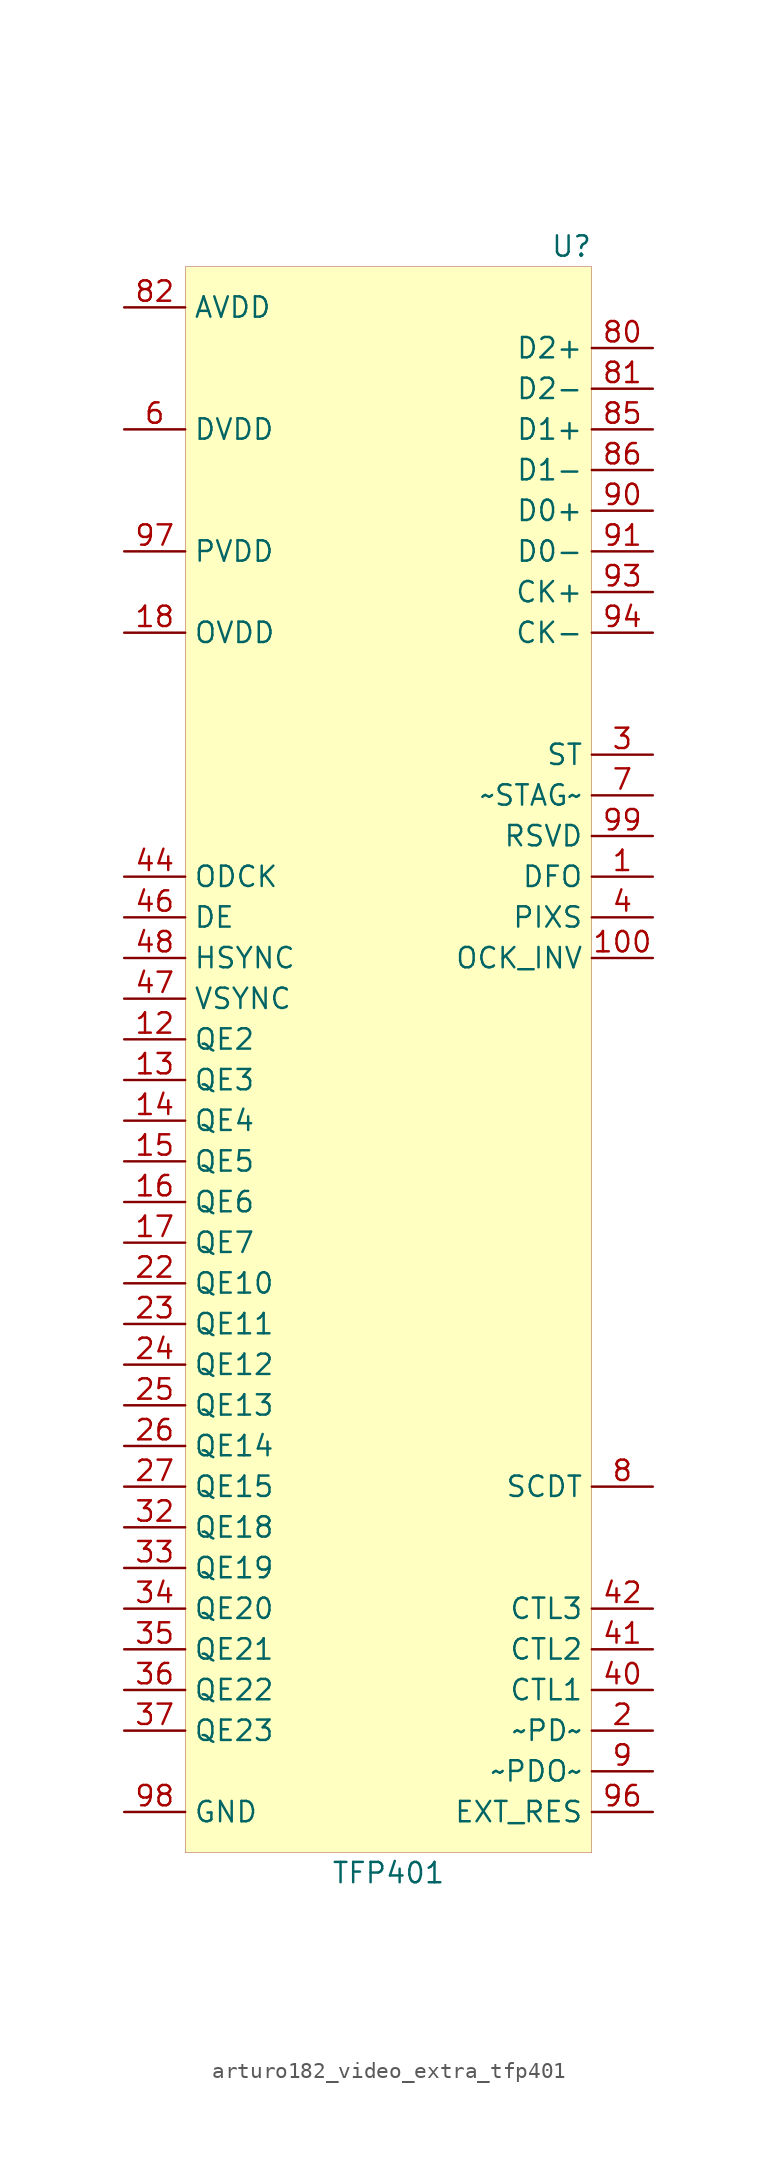
<source format=kicad_sym>
(kicad_symbol_lib
  (version 20220914)
  (generator kicad_symbol_editor)
  (symbol "arturo182_video_extra_tfp401"
    (property "Reference" "U"
      (at 11.43 57.15 0)
      (effects (font (size 1.27 1.27))))
    (property "Value" "TFP401"
      (at 0 -44.45 0)
      (effects (font (size 1.27 1.27))))
    (symbol "arturo182_video_extra_tfp401_0_0"
      (pin input line (at 16.51 17.78 180) (length 3.81) (name "DFO" (effects (font (size 1.27 1.27)))) (number "1" (effects (font (size 1.27 1.27)))))
      (pin no_connect line (at -2.54 -26.67 0) (length 3.81) hide (name "QE0" (effects (font (size 1.27 1.27)))) (number "10" (effects (font (size 1.27 1.27)))))
      (pin input line (at 16.51 12.7 180) (length 3.81) (name "OCK_INV" (effects (font (size 1.27 1.27)))) (number "100" (effects (font (size 1.27 1.27)))))
      (pin passive line (at -16.51 -40.64 0) (length 3.81) hide (name "GND" (effects (font (size 1.27 1.27)))) (number "101" (effects (font (size 1.27 1.27)))))
      (pin no_connect line (at -2.54 -29.21 0) (length 3.81) hide (name "QE1" (effects (font (size 1.27 1.27)))) (number "11" (effects (font (size 1.27 1.27)))))
      (pin output line (at -16.51 7.62 0) (length 3.81) (name "QE2" (effects (font (size 1.27 1.27)))) (number "12" (effects (font (size 1.27 1.27)))))
      (pin output line (at -16.51 5.08 0) (length 3.81) (name "QE3" (effects (font (size 1.27 1.27)))) (number "13" (effects (font (size 1.27 1.27)))))
      (pin output line (at -16.51 2.54 0) (length 3.81) (name "QE4" (effects (font (size 1.27 1.27)))) (number "14" (effects (font (size 1.27 1.27)))))
      (pin output line (at -16.51 0 0) (length 3.81) (name "QE5" (effects (font (size 1.27 1.27)))) (number "15" (effects (font (size 1.27 1.27)))))
      (pin output line (at -16.51 -2.54 0) (length 3.81) (name "QE6" (effects (font (size 1.27 1.27)))) (number "16" (effects (font (size 1.27 1.27)))))
      (pin output line (at -16.51 -5.08 0) (length 3.81) (name "QE7" (effects (font (size 1.27 1.27)))) (number "17" (effects (font (size 1.27 1.27)))))
      (pin input line (at -16.51 33.02 0) (length 3.81) (name "OVDD" (effects (font (size 1.27 1.27)))) (number "18" (effects (font (size 1.27 1.27)))))
      (pin passive line (at -16.51 -40.64 0) (length 3.81) hide (name "GND" (effects (font (size 1.27 1.27)))) (number "19" (effects (font (size 1.27 1.27)))))
      (pin input line (at 16.51 -35.56 180) (length 3.81) (name "~PD~" (effects (font (size 1.27 1.27)))) (number "2" (effects (font (size 1.27 1.27)))))
      (pin no_connect line (at -2.54 -31.75 0) (length 3.81) hide (name "QE8" (effects (font (size 1.27 1.27)))) (number "20" (effects (font (size 1.27 1.27)))))
      (pin no_connect line (at -2.54 -34.29 0) (length 3.81) hide (name "QE9" (effects (font (size 1.27 1.27)))) (number "21" (effects (font (size 1.27 1.27)))))
      (pin output line (at -16.51 -7.62 0) (length 3.81) (name "QE10" (effects (font (size 1.27 1.27)))) (number "22" (effects (font (size 1.27 1.27)))))
      (pin output line (at -16.51 -10.16 0) (length 3.81) (name "QE11" (effects (font (size 1.27 1.27)))) (number "23" (effects (font (size 1.27 1.27)))))
      (pin output line (at -16.51 -12.7 0) (length 3.81) (name "QE12" (effects (font (size 1.27 1.27)))) (number "24" (effects (font (size 1.27 1.27)))))
      (pin output line (at -16.51 -15.24 0) (length 3.81) (name "QE13" (effects (font (size 1.27 1.27)))) (number "25" (effects (font (size 1.27 1.27)))))
      (pin output line (at -16.51 -17.78 0) (length 3.81) (name "QE14" (effects (font (size 1.27 1.27)))) (number "26" (effects (font (size 1.27 1.27)))))
      (pin output line (at -16.51 -20.32 0) (length 3.81) (name "QE15" (effects (font (size 1.27 1.27)))) (number "27" (effects (font (size 1.27 1.27)))))
      (pin passive line (at -16.51 -40.64 0) (length 3.81) hide (name "GND" (effects (font (size 1.27 1.27)))) (number "28" (effects (font (size 1.27 1.27)))))
      (pin passive line (at -16.51 33.02 0) (length 3.81) hide (name "OVDD" (effects (font (size 1.27 1.27)))) (number "29" (effects (font (size 1.27 1.27)))))
      (pin input line (at 16.51 25.4 180) (length 3.81) (name "ST" (effects (font (size 1.27 1.27)))) (number "3" (effects (font (size 1.27 1.27)))))
      (pin no_connect line (at -2.54 -36.83 0) (length 3.81) hide (name "QE16" (effects (font (size 1.27 1.27)))) (number "30" (effects (font (size 1.27 1.27)))))
      (pin no_connect line (at -2.54 -39.37 0) (length 3.81) hide (name "QE17" (effects (font (size 1.27 1.27)))) (number "31" (effects (font (size 1.27 1.27)))))
      (pin output line (at -16.51 -22.86 0) (length 3.81) (name "QE18" (effects (font (size 1.27 1.27)))) (number "32" (effects (font (size 1.27 1.27)))))
      (pin output line (at -16.51 -25.4 0) (length 3.81) (name "QE19" (effects (font (size 1.27 1.27)))) (number "33" (effects (font (size 1.27 1.27)))))
      (pin output line (at -16.51 -27.94 0) (length 3.81) (name "QE20" (effects (font (size 1.27 1.27)))) (number "34" (effects (font (size 1.27 1.27)))))
      (pin output line (at -16.51 -30.48 0) (length 3.81) (name "QE21" (effects (font (size 1.27 1.27)))) (number "35" (effects (font (size 1.27 1.27)))))
      (pin output line (at -16.51 -33.02 0) (length 3.81) (name "QE22" (effects (font (size 1.27 1.27)))) (number "36" (effects (font (size 1.27 1.27)))))
      (pin output line (at -16.51 -35.56 0) (length 3.81) (name "QE23" (effects (font (size 1.27 1.27)))) (number "37" (effects (font (size 1.27 1.27)))))
      (pin passive line (at -16.51 45.72 0) (length 3.81) hide (name "DVDD" (effects (font (size 1.27 1.27)))) (number "38" (effects (font (size 1.27 1.27)))))
      (pin passive line (at -16.51 -40.64 0) (length 3.81) hide (name "GND" (effects (font (size 1.27 1.27)))) (number "39" (effects (font (size 1.27 1.27)))))
      (pin input line (at 16.51 15.24 180) (length 3.81) (name "PIXS" (effects (font (size 1.27 1.27)))) (number "4" (effects (font (size 1.27 1.27)))))
      (pin output line (at 16.51 -33.02 180) (length 3.81) (name "CTL1" (effects (font (size 1.27 1.27)))) (number "40" (effects (font (size 1.27 1.27)))))
      (pin output line (at 16.51 -30.48 180) (length 3.81) (name "CTL2" (effects (font (size 1.27 1.27)))) (number "41" (effects (font (size 1.27 1.27)))))
      (pin output line (at 16.51 -27.94 180) (length 3.81) (name "CTL3" (effects (font (size 1.27 1.27)))) (number "42" (effects (font (size 1.27 1.27)))))
      (pin passive line (at -16.51 33.02 0) (length 3.81) hide (name "OVDD" (effects (font (size 1.27 1.27)))) (number "43" (effects (font (size 1.27 1.27)))))
      (pin output line (at -16.51 17.78 0) (length 3.81) (name "ODCK" (effects (font (size 1.27 1.27)))) (number "44" (effects (font (size 1.27 1.27)))))
      (pin passive line (at -16.51 -40.64 0) (length 3.81) hide (name "GND" (effects (font (size 1.27 1.27)))) (number "45" (effects (font (size 1.27 1.27)))))
      (pin output line (at -16.51 15.24 0) (length 3.81) (name "DE" (effects (font (size 1.27 1.27)))) (number "46" (effects (font (size 1.27 1.27)))))
      (pin output line (at -16.51 10.16 0) (length 3.81) (name "VSYNC" (effects (font (size 1.27 1.27)))) (number "47" (effects (font (size 1.27 1.27)))))
      (pin output line (at -16.51 12.7 0) (length 3.81) (name "HSYNC" (effects (font (size 1.27 1.27)))) (number "48" (effects (font (size 1.27 1.27)))))
      (pin no_connect line (at -2.54 34.29 0) (length 3.81) hide (name "QO0" (effects (font (size 1.27 1.27)))) (number "49" (effects (font (size 1.27 1.27)))))
      (pin passive line (at -16.51 -40.64 0) (length 3.81) hide (name "GND" (effects (font (size 1.27 1.27)))) (number "5" (effects (font (size 1.27 1.27)))))
      (pin no_connect line (at -2.54 31.75 0) (length 3.81) hide (name "QO1" (effects (font (size 1.27 1.27)))) (number "50" (effects (font (size 1.27 1.27)))))
      (pin no_connect line (at -2.54 29.21 0) (length 3.81) hide (name "QO2" (effects (font (size 1.27 1.27)))) (number "51" (effects (font (size 1.27 1.27)))))
      (pin no_connect line (at -2.54 26.67 0) (length 3.81) hide (name "QO3" (effects (font (size 1.27 1.27)))) (number "52" (effects (font (size 1.27 1.27)))))
      (pin no_connect line (at -2.54 24.13 0) (length 3.81) hide (name "QO4" (effects (font (size 1.27 1.27)))) (number "53" (effects (font (size 1.27 1.27)))))
      (pin no_connect line (at -2.54 21.59 0) (length 3.81) hide (name "QO5" (effects (font (size 1.27 1.27)))) (number "54" (effects (font (size 1.27 1.27)))))
      (pin no_connect line (at -2.54 19.05 0) (length 3.81) hide (name "QO6" (effects (font (size 1.27 1.27)))) (number "55" (effects (font (size 1.27 1.27)))))
      (pin no_connect line (at -2.54 16.51 0) (length 3.81) hide (name "QO7" (effects (font (size 1.27 1.27)))) (number "56" (effects (font (size 1.27 1.27)))))
      (pin passive line (at -16.51 33.02 0) (length 3.81) hide (name "OVDD" (effects (font (size 1.27 1.27)))) (number "57" (effects (font (size 1.27 1.27)))))
      (pin passive line (at -16.51 -40.64 0) (length 3.81) hide (name "GND" (effects (font (size 1.27 1.27)))) (number "58" (effects (font (size 1.27 1.27)))))
      (pin no_connect line (at -2.54 13.97 0) (length 3.81) hide (name "QO8" (effects (font (size 1.27 1.27)))) (number "59" (effects (font (size 1.27 1.27)))))
      (pin input line (at -16.51 45.72 0) (length 3.81) (name "DVDD" (effects (font (size 1.27 1.27)))) (number "6" (effects (font (size 1.27 1.27)))))
      (pin no_connect line (at -2.54 11.43 0) (length 3.81) hide (name "QO9" (effects (font (size 1.27 1.27)))) (number "60" (effects (font (size 1.27 1.27)))))
      (pin no_connect line (at -2.54 8.89 0) (length 3.81) hide (name "QO10" (effects (font (size 1.27 1.27)))) (number "61" (effects (font (size 1.27 1.27)))))
      (pin no_connect line (at -2.54 6.35 0) (length 3.81) hide (name "QO11" (effects (font (size 1.27 1.27)))) (number "62" (effects (font (size 1.27 1.27)))))
      (pin no_connect line (at -2.54 3.81 0) (length 3.81) hide (name "QO12" (effects (font (size 1.27 1.27)))) (number "63" (effects (font (size 1.27 1.27)))))
      (pin no_connect line (at -2.54 1.27 0) (length 3.81) hide (name "QO13" (effects (font (size 1.27 1.27)))) (number "64" (effects (font (size 1.27 1.27)))))
      (pin no_connect line (at -2.54 -1.27 0) (length 3.81) hide (name "QO14" (effects (font (size 1.27 1.27)))) (number "65" (effects (font (size 1.27 1.27)))))
      (pin no_connect line (at -2.54 -3.81 0) (length 3.81) hide (name "QO15" (effects (font (size 1.27 1.27)))) (number "66" (effects (font (size 1.27 1.27)))))
      (pin passive line (at -16.51 45.72 0) (length 3.81) hide (name "DVDD" (effects (font (size 1.27 1.27)))) (number "67" (effects (font (size 1.27 1.27)))))
      (pin passive line (at -16.51 -40.64 0) (length 3.81) hide (name "GND" (effects (font (size 1.27 1.27)))) (number "68" (effects (font (size 1.27 1.27)))))
      (pin no_connect line (at -2.54 -6.35 0) (length 3.81) hide (name "QO16" (effects (font (size 1.27 1.27)))) (number "69" (effects (font (size 1.27 1.27)))))
      (pin input line (at 16.51 22.86 180) (length 3.81) (name "~STAG~" (effects (font (size 1.27 1.27)))) (number "7" (effects (font (size 1.27 1.27)))))
      (pin no_connect line (at -2.54 -8.89 0) (length 3.81) hide (name "QO17" (effects (font (size 1.27 1.27)))) (number "70" (effects (font (size 1.27 1.27)))))
      (pin no_connect line (at -2.54 -11.43 0) (length 3.81) hide (name "QO18" (effects (font (size 1.27 1.27)))) (number "71" (effects (font (size 1.27 1.27)))))
      (pin no_connect line (at -2.54 -13.97 0) (length 3.81) hide (name "QO19" (effects (font (size 1.27 1.27)))) (number "72" (effects (font (size 1.27 1.27)))))
      (pin no_connect line (at -2.54 -16.51 0) (length 3.81) hide (name "QO20" (effects (font (size 1.27 1.27)))) (number "73" (effects (font (size 1.27 1.27)))))
      (pin no_connect line (at -2.54 -19.05 0) (length 3.81) hide (name "QO21" (effects (font (size 1.27 1.27)))) (number "74" (effects (font (size 1.27 1.27)))))
      (pin no_connect line (at -2.54 -21.59 0) (length 3.81) hide (name "QO22" (effects (font (size 1.27 1.27)))) (number "75" (effects (font (size 1.27 1.27)))))
      (pin passive line (at -16.51 -40.64 0) (length 3.81) hide (name "GND" (effects (font (size 1.27 1.27)))) (number "76" (effects (font (size 1.27 1.27)))))
      (pin no_connect line (at -2.54 -24.13 0) (length 3.81) hide (name "QO23" (effects (font (size 1.27 1.27)))) (number "77" (effects (font (size 1.27 1.27)))))
      (pin passive line (at -16.51 33.02 0) (length 3.81) hide (name "OVDD" (effects (font (size 1.27 1.27)))) (number "78" (effects (font (size 1.27 1.27)))))
      (pin passive line (at -16.51 -40.64 0) (length 3.81) hide (name "GND" (effects (font (size 1.27 1.27)))) (number "79" (effects (font (size 1.27 1.27)))))
      (pin output line (at 16.51 -20.32 180) (length 3.81) (name "SCDT" (effects (font (size 1.27 1.27)))) (number "8" (effects (font (size 1.27 1.27)))))
      (pin bidirectional line (at 16.51 50.8 180) (length 3.81) (name "D2+" (effects (font (size 1.27 1.27)))) (number "80" (effects (font (size 1.27 1.27)))))
      (pin bidirectional line (at 16.51 48.26 180) (length 3.81) (name "D2-" (effects (font (size 1.27 1.27)))) (number "81" (effects (font (size 1.27 1.27)))))
      (pin input line (at -16.51 53.34 0) (length 3.81) (name "AVDD" (effects (font (size 1.27 1.27)))) (number "82" (effects (font (size 1.27 1.27)))))
      (pin passive line (at -16.51 -40.64 0) (length 3.81) hide (name "GND" (effects (font (size 1.27 1.27)))) (number "83" (effects (font (size 1.27 1.27)))))
      (pin passive line (at -16.51 53.34 0) (length 3.81) hide (name "AVDD" (effects (font (size 1.27 1.27)))) (number "84" (effects (font (size 1.27 1.27)))))
      (pin bidirectional line (at 16.51 45.72 180) (length 3.81) (name "D1+" (effects (font (size 1.27 1.27)))) (number "85" (effects (font (size 1.27 1.27)))))
      (pin bidirectional line (at 16.51 43.18 180) (length 3.81) (name "D1-" (effects (font (size 1.27 1.27)))) (number "86" (effects (font (size 1.27 1.27)))))
      (pin passive line (at -16.51 -40.64 0) (length 3.81) hide (name "GND" (effects (font (size 1.27 1.27)))) (number "87" (effects (font (size 1.27 1.27)))))
      (pin passive line (at -16.51 53.34 0) (length 3.81) hide (name "AVDD" (effects (font (size 1.27 1.27)))) (number "88" (effects (font (size 1.27 1.27)))))
      (pin passive line (at -16.51 -40.64 0) (length 3.81) hide (name "GND" (effects (font (size 1.27 1.27)))) (number "89" (effects (font (size 1.27 1.27)))))
      (pin input line (at 16.51 -38.1 180) (length 3.81) (name "~PDO~" (effects (font (size 1.27 1.27)))) (number "9" (effects (font (size 1.27 1.27)))))
      (pin bidirectional line (at 16.51 40.64 180) (length 3.81) (name "D0+" (effects (font (size 1.27 1.27)))) (number "90" (effects (font (size 1.27 1.27)))))
      (pin bidirectional line (at 16.51 38.1 180) (length 3.81) (name "D0-" (effects (font (size 1.27 1.27)))) (number "91" (effects (font (size 1.27 1.27)))))
      (pin passive line (at -16.51 -40.64 0) (length 3.81) hide (name "GND" (effects (font (size 1.27 1.27)))) (number "92" (effects (font (size 1.27 1.27)))))
      (pin bidirectional line (at 16.51 35.56 180) (length 3.81) (name "CK+" (effects (font (size 1.27 1.27)))) (number "93" (effects (font (size 1.27 1.27)))))
      (pin bidirectional line (at 16.51 33.02 180) (length 3.81) (name "CK-" (effects (font (size 1.27 1.27)))) (number "94" (effects (font (size 1.27 1.27)))))
      (pin passive line (at -16.51 53.34 0) (length 3.81) hide (name "AVDD" (effects (font (size 1.27 1.27)))) (number "95" (effects (font (size 1.27 1.27)))))
      (pin input line (at 16.51 -40.64 180) (length 3.81) (name "EXT_RES" (effects (font (size 1.27 1.27)))) (number "96" (effects (font (size 1.27 1.27)))))
      (pin input line (at -16.51 38.1 0) (length 3.81) (name "PVDD" (effects (font (size 1.27 1.27)))) (number "97" (effects (font (size 1.27 1.27)))))
      (pin power_in line (at -16.51 -40.64 0) (length 3.81) (name "GND" (effects (font (size 1.27 1.27)))) (number "98" (effects (font (size 1.27 1.27)))))
      (pin input line (at 16.51 20.32 180) (length 3.81) (name "RSVD" (effects (font (size 1.27 1.27)))) (number "99" (effects (font (size 1.27 1.27))))))
    (symbol "arturo182_video_extra_tfp401_0_1"
      (rectangle (start -12.7 55.88) (end 12.7 -43.18) (stroke (width 0.001) (type default)) (fill (type background))))))
</source>
